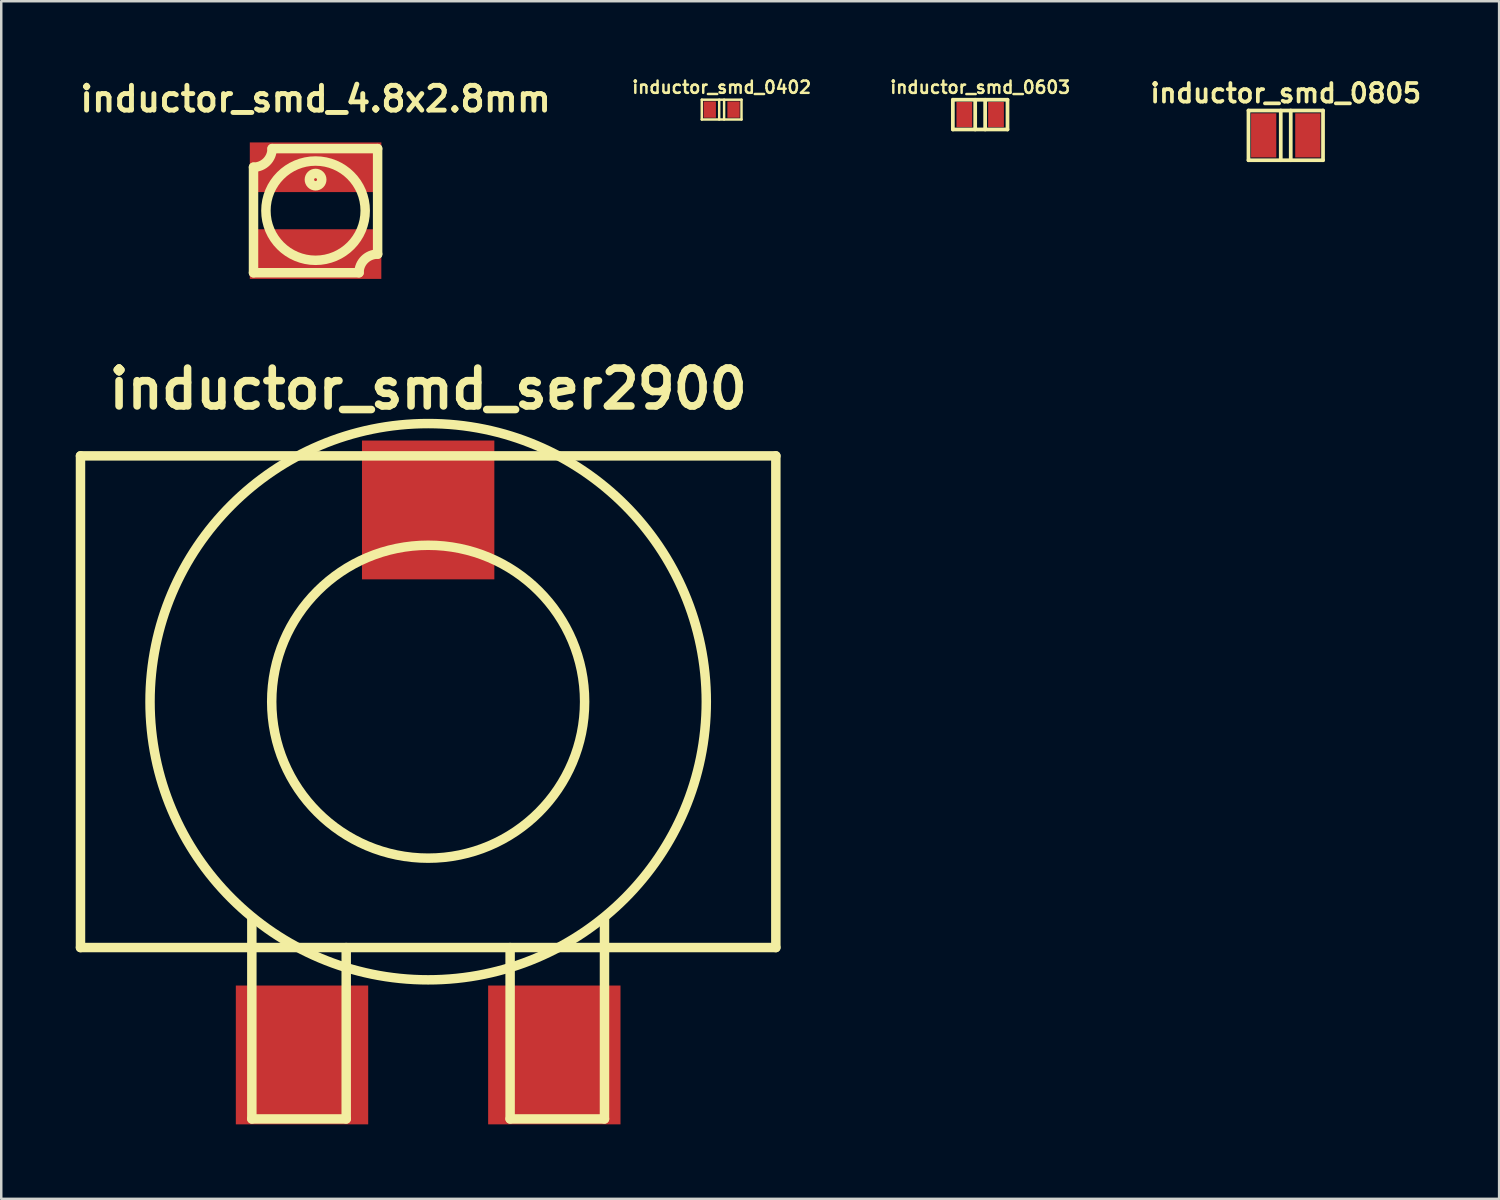
<source format=kicad_pcb>
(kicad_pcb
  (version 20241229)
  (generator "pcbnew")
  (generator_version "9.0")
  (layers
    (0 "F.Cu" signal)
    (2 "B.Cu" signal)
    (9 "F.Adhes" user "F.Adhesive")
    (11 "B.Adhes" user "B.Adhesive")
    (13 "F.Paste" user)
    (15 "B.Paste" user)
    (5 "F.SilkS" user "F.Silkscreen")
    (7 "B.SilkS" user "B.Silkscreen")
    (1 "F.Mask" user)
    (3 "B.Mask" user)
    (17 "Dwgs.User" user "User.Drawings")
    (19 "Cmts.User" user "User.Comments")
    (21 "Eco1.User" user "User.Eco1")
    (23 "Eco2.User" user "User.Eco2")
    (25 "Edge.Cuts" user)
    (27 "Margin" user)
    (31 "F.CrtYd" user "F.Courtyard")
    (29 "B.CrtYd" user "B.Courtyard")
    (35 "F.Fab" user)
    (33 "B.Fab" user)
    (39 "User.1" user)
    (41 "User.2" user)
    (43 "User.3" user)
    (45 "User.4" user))
  (footprint "inductor_smd_0402"
    (layer "F.Cu")
    (at 26.009 1.363)
    (property "Reference" "inductor_smd_0402" (at 0 -0.899 0) (layer "F.SilkS") (effects (font (size 0.495 0.495) (thickness 0.099))))
    (attr through_hole)
    (fp_line (start -0.8 -0.399) (end 0.8 -0.399) (stroke (width 0.099) (type solid)) (layer "F.SilkS"))
    (fp_line (start -0.8 0.399) (end -0.8 -0.399) (stroke (width 0.099) (type solid)) (layer "F.SilkS"))
    (fp_line (start -0.099 -0.399) (end -0.099 0.399) (stroke (width 0.099) (type solid)) (layer "F.SilkS"))
    (fp_line (start 0.099 0.399) (end 0.099 -0.399) (stroke (width 0.099) (type solid)) (layer "F.SilkS"))
    (fp_line (start 0.8 -0.399) (end 0.8 0.399) (stroke (width 0.099) (type solid)) (layer "F.SilkS"))
    (fp_line (start 0.8 0.399) (end -0.8 0.399) (stroke (width 0.099) (type solid)) (layer "F.SilkS"))
    (pad "1" smd rect (at -0.478 0) (size 0.495 0.658) (layers "F.Cu" "F.Mask" "F.Paste"))
    (pad "2" smd rect (at 0.478 0) (size 0.495 0.658) (layers "F.Cu" "F.Mask" "F.Paste")))
  (footprint "inductor_smd_0603"
    (layer "F.Cu")
    (at 36.419 1.565)
    (property "Reference" "inductor_smd_0603" (at 0 -1.1 0) (layer "F.SilkS") (effects (font (size 0.498 0.498) (thickness 0.099))))
    (attr through_hole)
    (fp_line (start -1.1 -0.599) (end 1.1 -0.599) (stroke (width 0.15) (type solid)) (layer "F.SilkS"))
    (fp_line (start -1.1 0.599) (end -1.1 -0.599) (stroke (width 0.15) (type solid)) (layer "F.SilkS"))
    (fp_line (start -0.201 -0.599) (end -0.201 0.599) (stroke (width 0.15) (type solid)) (layer "F.SilkS"))
    (fp_line (start 0.201 0.599) (end 0.201 -0.599) (stroke (width 0.15) (type solid)) (layer "F.SilkS"))
    (fp_line (start 1.1 -0.599) (end 1.1 0.599) (stroke (width 0.15) (type solid)) (layer "F.SilkS"))
    (fp_line (start 1.1 0.599) (end -1.1 0.599) (stroke (width 0.15) (type solid)) (layer "F.SilkS"))
    (pad "1" smd rect (at -0.638 0) (size 0.635 1.016) (layers "F.Cu" "F.Mask" "F.Paste"))
    (pad "2" smd rect (at 0.638 0) (size 0.635 1.016) (layers "F.Cu" "F.Mask" "F.Paste")))
  (footprint "inductor_smd_4.8x2.8mm"
    (layer "F.Cu")
    (at 9.657 5.433)
    (property "Reference" "inductor_smd_4.8x2.8mm" (at 0 -4.501 0) (layer "F.SilkS") (effects (font (size 0.998 0.998) (thickness 0.198))))
    (attr through_hole)
    (fp_line (start -2.499 2.499) (end -2.499 -1.75) (stroke (width 0.381) (type solid)) (layer "F.SilkS"))
    (fp_line (start -1.75 -2.499) (end 2.499 -2.499) (stroke (width 0.381) (type solid)) (layer "F.SilkS"))
    (fp_line (start 1.75 2.499) (end -2.499 2.499) (stroke (width 0.381) (type solid)) (layer "F.SilkS"))
    (fp_line (start 2.499 -2.499) (end 2.499 1.75) (stroke (width 0.381) (type solid)) (layer "F.SilkS"))
    (fp_arc (start -1.75006 -2.49936) (mid -1.969525 -1.969525) (end -2.49936 -1.75006) (stroke (width 0.381) (type solid)) (layer "F.SilkS"))
    (fp_arc (start 1.75006 2.49936) (mid 1.969525 1.969525) (end 2.49936 1.75006) (stroke (width 0.381) (type solid)) (layer "F.SilkS"))
    (fp_circle (center 0 -1.25) (end 0 -1.001) (stroke (width 0.381) (type solid)) (fill no) (layer "F.SilkS"))
    (fp_circle (center 0 0) (end -1.999 0) (stroke (width 0.381) (type solid)) (fill no) (layer "F.SilkS"))
    (pad "1" smd rect (at 0 -1.748) (size 5.296 1.999) (layers "F.Cu" "F.Mask" "F.Paste"))
    (pad "2" smd rect (at 0 1.748) (size 5.296 1.999) (layers "F.Cu" "F.Mask" "F.Paste")))
  (footprint "inductor_smd_ser2900"
    (layer "F.Cu")
    (at 14.191 25.206)
    (property "Reference" "inductor_smd_ser2900" (at 0 -12.6 0) (layer "F.SilkS") (effects (font (size 1.524 1.524) (thickness 0.305))))
    (attr through_hole)
    (fp_line (start -14 -9.9) (end -14 9.9) (stroke (width 0.381) (type solid)) (layer "F.SilkS"))
    (fp_line (start -14 -9.9) (end 14 -9.9) (stroke (width 0.381) (type solid)) (layer "F.SilkS"))
    (fp_line (start -14 9.9) (end 14 9.9) (stroke (width 0.381) (type solid)) (layer "F.SilkS"))
    (fp_line (start -7.1 16.8) (end -7.1 8.7) (stroke (width 0.381) (type solid)) (layer "F.SilkS"))
    (fp_line (start -3.3 9.9) (end -3.3 16.8) (stroke (width 0.381) (type solid)) (layer "F.SilkS"))
    (fp_line (start -3.3 16.8) (end -7.1 16.8) (stroke (width 0.381) (type solid)) (layer "F.SilkS"))
    (fp_line (start 3.3 9.9) (end 3.3 16.8) (stroke (width 0.381) (type solid)) (layer "F.SilkS"))
    (fp_line (start 3.3 16.8) (end 7.1 16.8) (stroke (width 0.381) (type solid)) (layer "F.SilkS"))
    (fp_line (start 7.1 16.8) (end 7.1 8.7) (stroke (width 0.381) (type solid)) (layer "F.SilkS"))
    (fp_line (start 14 9.9) (end 14 -9.9) (stroke (width 0.381) (type solid)) (layer "F.SilkS"))
    (fp_circle (center 0 0) (end 6.3 0) (stroke (width 0.381) (type solid)) (fill no) (layer "F.SilkS"))
    (fp_circle (center 0 0) (end 11.2 0) (stroke (width 0.381) (type solid)) (fill no) (layer "F.SilkS"))
    (pad "" smd rect (at 0 -7.722) (size 5.33 5.59) (layers "F.Cu" "F.Mask" "F.Paste"))
    (pad "1" smd rect (at -5.08 14.224) (size 5.33 5.59) (layers "F.Cu" "F.Mask" "F.Paste"))
    (pad "2" smd rect (at 5.08 14.224) (size 5.33 5.59) (layers "F.Cu" "F.Mask" "F.Paste")))
  (footprint "inductor_smd_0805"
    (layer "F.Cu")
    (at 48.724 2.401)
    (property "Reference" "inductor_smd_0805" (at 0 -1.699 0) (layer "F.SilkS") (effects (font (size 0.749 0.749) (thickness 0.15))))
    (attr through_hole)
    (fp_line (start -1.501 -1.001) (end 1.501 -1.001) (stroke (width 0.15) (type solid)) (layer "F.SilkS"))
    (fp_line (start -1.501 1.001) (end -1.501 -1.001) (stroke (width 0.15) (type solid)) (layer "F.SilkS"))
    (fp_line (start -0.201 -1.001) (end -0.201 1.001) (stroke (width 0.15) (type solid)) (layer "F.SilkS"))
    (fp_line (start 0.201 1.001) (end 0.201 -1.001) (stroke (width 0.15) (type solid)) (layer "F.SilkS"))
    (fp_line (start 1.501 -1.001) (end 1.501 1.001) (stroke (width 0.15) (type solid)) (layer "F.SilkS"))
    (fp_line (start 1.501 1.001) (end -1.501 1.001) (stroke (width 0.15) (type solid)) (layer "F.SilkS"))
    (pad "1" smd rect (at -0.889 0) (size 1.016 1.778) (layers "F.Cu" "F.Mask" "F.Paste"))
    (pad "2" smd rect (at 0.889 0) (size 1.016 1.778) (layers "F.Cu" "F.Mask" "F.Paste")))
  (gr_rect
    (start -3 -3)
    (end 57.316 45.225)
    (stroke (width 0.1) (type default))
    (fill no)
    (layer "Edge.Cuts")))
</source>
